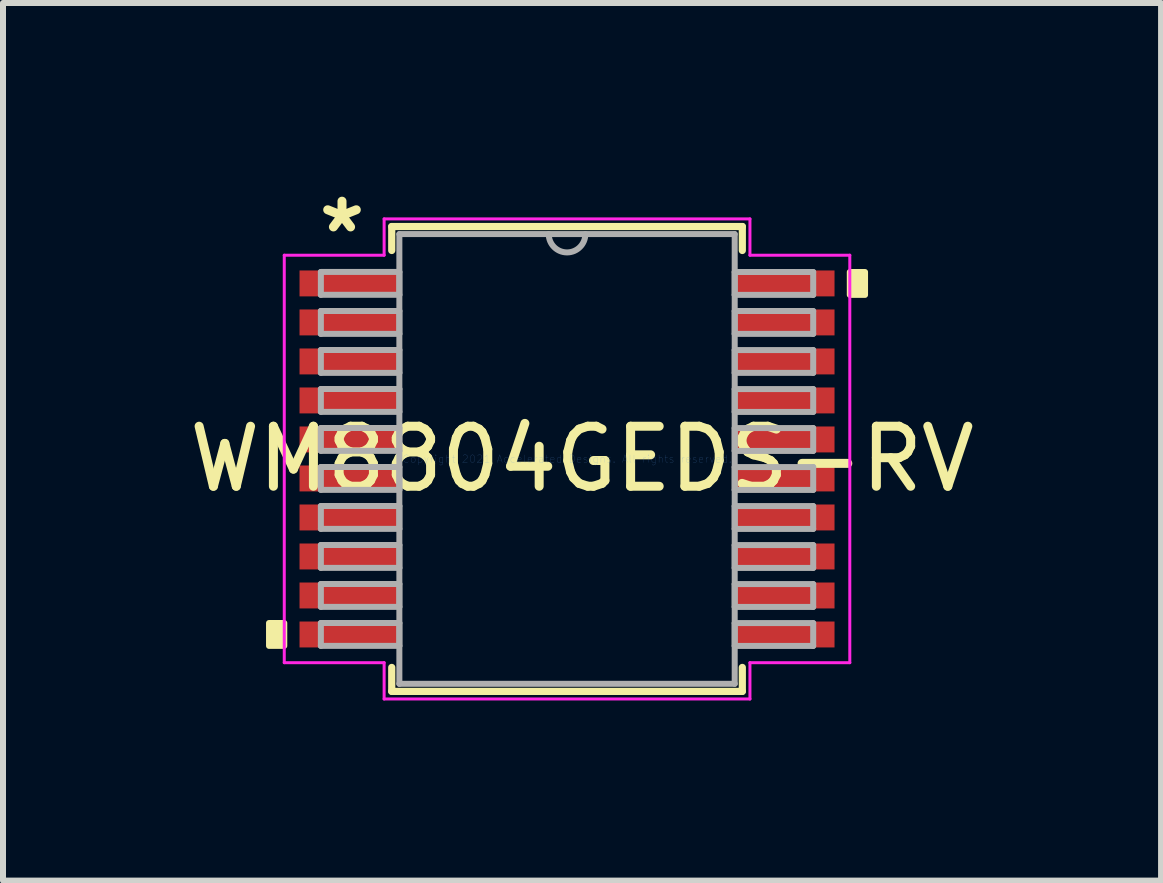
<source format=kicad_pcb>
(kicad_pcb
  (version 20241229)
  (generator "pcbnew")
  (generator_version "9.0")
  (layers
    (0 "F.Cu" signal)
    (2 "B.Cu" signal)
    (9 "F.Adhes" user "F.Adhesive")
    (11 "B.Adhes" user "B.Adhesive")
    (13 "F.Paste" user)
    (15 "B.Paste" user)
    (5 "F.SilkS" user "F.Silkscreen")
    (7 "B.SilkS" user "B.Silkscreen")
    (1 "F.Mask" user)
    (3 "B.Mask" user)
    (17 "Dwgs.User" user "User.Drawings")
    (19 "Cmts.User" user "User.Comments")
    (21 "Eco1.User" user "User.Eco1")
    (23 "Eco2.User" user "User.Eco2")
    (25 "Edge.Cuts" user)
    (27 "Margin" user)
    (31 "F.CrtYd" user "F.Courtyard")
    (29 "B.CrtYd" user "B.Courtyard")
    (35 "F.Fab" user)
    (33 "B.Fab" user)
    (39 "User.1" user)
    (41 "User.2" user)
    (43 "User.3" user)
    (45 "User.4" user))
  (footprint "WM8804GEDS-RV"
    (layer "F.Cu")
    (at 6.399 4.598)
    (property "Reference" "WM8804GEDS-RV" (at 0.25 0 0) (layer "F.SilkS") (effects (font (size 1 1) (thickness 0.15))))
    (attr smd)
    (fp_line (start -2.921 -3.873) (end -2.921 -3.474) (stroke (width 0.12) (type solid)) (layer "F.SilkS"))
    (fp_line (start -2.921 3.474) (end -2.921 3.873) (stroke (width 0.12) (type solid)) (layer "F.SilkS"))
    (fp_line (start -2.921 3.873) (end 2.921 3.873) (stroke (width 0.12) (type solid)) (layer "F.SilkS"))
    (fp_line (start 2.921 -3.873) (end -2.921 -3.873) (stroke (width 0.12) (type solid)) (layer "F.SilkS"))
    (fp_line (start 2.921 -3.474) (end 2.921 -3.873) (stroke (width 0.12) (type solid)) (layer "F.SilkS"))
    (fp_line (start 2.921 3.873) (end 2.921 3.474) (stroke (width 0.12) (type solid)) (layer "F.SilkS"))
    (fp_poly (pts (xy -4.966 2.734) (xy -4.966 3.115) (xy -4.712 3.115) (xy -4.712 2.734)) (stroke (width 0.1) (type solid)) (fill yes) (layer "F.SilkS"))
    (fp_poly (pts (xy 4.966 -3.115) (xy 4.966 -2.734) (xy 4.712 -2.734) (xy 4.712 -3.115)) (stroke (width 0.1) (type solid)) (fill yes) (layer "F.SilkS"))
    (fp_line (start -4.712 -3.395) (end -3.048 -3.395) (stroke (width 0.05) (type solid)) (layer "F.CrtYd"))
    (fp_line (start -4.712 3.395) (end -4.712 -3.395) (stroke (width 0.05) (type solid)) (layer "F.CrtYd"))
    (fp_line (start -4.712 3.395) (end -3.048 3.395) (stroke (width 0.05) (type solid)) (layer "F.CrtYd"))
    (fp_line (start -3.048 -4) (end 3.048 -4) (stroke (width 0.05) (type solid)) (layer "F.CrtYd"))
    (fp_line (start -3.048 -3.395) (end -3.048 -4) (stroke (width 0.05) (type solid)) (layer "F.CrtYd"))
    (fp_line (start -3.048 4) (end -3.048 3.395) (stroke (width 0.05) (type solid)) (layer "F.CrtYd"))
    (fp_line (start 3.048 -4) (end 3.048 -3.395) (stroke (width 0.05) (type solid)) (layer "F.CrtYd"))
    (fp_line (start 3.048 -3.395) (end 4.712 -3.395) (stroke (width 0.05) (type solid)) (layer "F.CrtYd"))
    (fp_line (start 3.048 3.395) (end 3.048 4) (stroke (width 0.05) (type solid)) (layer "F.CrtYd"))
    (fp_line (start 3.048 4) (end -3.048 4) (stroke (width 0.05) (type solid)) (layer "F.CrtYd"))
    (fp_line (start 4.712 -3.395) (end 4.712 3.395) (stroke (width 0.05) (type solid)) (layer "F.CrtYd"))
    (fp_line (start 4.712 3.395) (end 3.048 3.395) (stroke (width 0.05) (type solid)) (layer "F.CrtYd"))
    (fp_line (start -4.102 -3.116) (end -4.102 -2.735) (stroke (width 0.1) (type solid)) (layer "F.Fab"))
    (fp_line (start -4.102 -2.735) (end -2.794 -2.735) (stroke (width 0.1) (type solid)) (layer "F.Fab"))
    (fp_line (start -4.102 -2.466) (end -4.102 -2.084) (stroke (width 0.1) (type solid)) (layer "F.Fab"))
    (fp_line (start -4.102 -2.084) (end -2.794 -2.084) (stroke (width 0.1) (type solid)) (layer "F.Fab"))
    (fp_line (start -4.102 -1.816) (end -4.102 -1.435) (stroke (width 0.1) (type solid)) (layer "F.Fab"))
    (fp_line (start -4.102 -1.435) (end -2.794 -1.435) (stroke (width 0.1) (type solid)) (layer "F.Fab"))
    (fp_line (start -4.102 -1.166) (end -4.102 -0.785) (stroke (width 0.1) (type solid)) (layer "F.Fab"))
    (fp_line (start -4.102 -0.785) (end -2.794 -0.785) (stroke (width 0.1) (type solid)) (layer "F.Fab"))
    (fp_line (start -4.102 -0.516) (end -4.102 -0.135) (stroke (width 0.1) (type solid)) (layer "F.Fab"))
    (fp_line (start -4.102 -0.135) (end -2.794 -0.135) (stroke (width 0.1) (type solid)) (layer "F.Fab"))
    (fp_line (start -4.102 0.134) (end -4.102 0.515) (stroke (width 0.1) (type solid)) (layer "F.Fab"))
    (fp_line (start -4.102 0.515) (end -2.794 0.515) (stroke (width 0.1) (type solid)) (layer "F.Fab"))
    (fp_line (start -4.102 0.784) (end -4.102 1.165) (stroke (width 0.1) (type solid)) (layer "F.Fab"))
    (fp_line (start -4.102 1.165) (end -2.794 1.165) (stroke (width 0.1) (type solid)) (layer "F.Fab"))
    (fp_line (start -4.102 1.434) (end -4.102 1.815) (stroke (width 0.1) (type solid)) (layer "F.Fab"))
    (fp_line (start -4.102 1.815) (end -2.794 1.815) (stroke (width 0.1) (type solid)) (layer "F.Fab"))
    (fp_line (start -4.102 2.084) (end -4.102 2.465) (stroke (width 0.1) (type solid)) (layer "F.Fab"))
    (fp_line (start -4.102 2.465) (end -2.794 2.465) (stroke (width 0.1) (type solid)) (layer "F.Fab"))
    (fp_line (start -4.102 2.734) (end -4.102 3.115) (stroke (width 0.1) (type solid)) (layer "F.Fab"))
    (fp_line (start -4.102 3.115) (end -2.794 3.115) (stroke (width 0.1) (type solid)) (layer "F.Fab"))
    (fp_line (start -2.794 -3.747) (end -2.794 3.747) (stroke (width 0.1) (type solid)) (layer "F.Fab"))
    (fp_line (start -2.794 -3.116) (end -4.102 -3.116) (stroke (width 0.1) (type solid)) (layer "F.Fab"))
    (fp_line (start -2.794 -2.735) (end -2.794 -3.116) (stroke (width 0.1) (type solid)) (layer "F.Fab"))
    (fp_line (start -2.794 -2.466) (end -4.102 -2.466) (stroke (width 0.1) (type solid)) (layer "F.Fab"))
    (fp_line (start -2.794 -2.084) (end -2.794 -2.466) (stroke (width 0.1) (type solid)) (layer "F.Fab"))
    (fp_line (start -2.794 -1.816) (end -4.102 -1.816) (stroke (width 0.1) (type solid)) (layer "F.Fab"))
    (fp_line (start -2.794 -1.435) (end -2.794 -1.816) (stroke (width 0.1) (type solid)) (layer "F.Fab"))
    (fp_line (start -2.794 -1.166) (end -4.102 -1.166) (stroke (width 0.1) (type solid)) (layer "F.Fab"))
    (fp_line (start -2.794 -0.785) (end -2.794 -1.166) (stroke (width 0.1) (type solid)) (layer "F.Fab"))
    (fp_line (start -2.794 -0.516) (end -4.102 -0.516) (stroke (width 0.1) (type solid)) (layer "F.Fab"))
    (fp_line (start -2.794 -0.135) (end -2.794 -0.516) (stroke (width 0.1) (type solid)) (layer "F.Fab"))
    (fp_line (start -2.794 0.134) (end -4.102 0.134) (stroke (width 0.1) (type solid)) (layer "F.Fab"))
    (fp_line (start -2.794 0.515) (end -2.794 0.134) (stroke (width 0.1) (type solid)) (layer "F.Fab"))
    (fp_line (start -2.794 0.784) (end -4.102 0.784) (stroke (width 0.1) (type solid)) (layer "F.Fab"))
    (fp_line (start -2.794 1.165) (end -2.794 0.784) (stroke (width 0.1) (type solid)) (layer "F.Fab"))
    (fp_line (start -2.794 1.434) (end -4.102 1.434) (stroke (width 0.1) (type solid)) (layer "F.Fab"))
    (fp_line (start -2.794 1.815) (end -2.794 1.434) (stroke (width 0.1) (type solid)) (layer "F.Fab"))
    (fp_line (start -2.794 2.084) (end -4.102 2.084) (stroke (width 0.1) (type solid)) (layer "F.Fab"))
    (fp_line (start -2.794 2.465) (end -2.794 2.084) (stroke (width 0.1) (type solid)) (layer "F.Fab"))
    (fp_line (start -2.794 2.734) (end -4.102 2.734) (stroke (width 0.1) (type solid)) (layer "F.Fab"))
    (fp_line (start -2.794 3.115) (end -2.794 2.734) (stroke (width 0.1) (type solid)) (layer "F.Fab"))
    (fp_line (start -2.794 3.747) (end 2.794 3.747) (stroke (width 0.1) (type solid)) (layer "F.Fab"))
    (fp_line (start 2.794 -3.747) (end -2.794 -3.747) (stroke (width 0.1) (type solid)) (layer "F.Fab"))
    (fp_line (start 2.794 -3.115) (end 2.794 -2.734) (stroke (width 0.1) (type solid)) (layer "F.Fab"))
    (fp_line (start 2.794 -2.734) (end 4.102 -2.734) (stroke (width 0.1) (type solid)) (layer "F.Fab"))
    (fp_line (start 2.794 -2.465) (end 2.794 -2.084) (stroke (width 0.1) (type solid)) (layer "F.Fab"))
    (fp_line (start 2.794 -2.084) (end 4.102 -2.084) (stroke (width 0.1) (type solid)) (layer "F.Fab"))
    (fp_line (start 2.794 -1.815) (end 2.794 -1.434) (stroke (width 0.1) (type solid)) (layer "F.Fab"))
    (fp_line (start 2.794 -1.434) (end 4.102 -1.434) (stroke (width 0.1) (type solid)) (layer "F.Fab"))
    (fp_line (start 2.794 -1.165) (end 2.794 -0.784) (stroke (width 0.1) (type solid)) (layer "F.Fab"))
    (fp_line (start 2.794 -0.784) (end 4.102 -0.784) (stroke (width 0.1) (type solid)) (layer "F.Fab"))
    (fp_line (start 2.794 -0.515) (end 2.794 -0.134) (stroke (width 0.1) (type solid)) (layer "F.Fab"))
    (fp_line (start 2.794 -0.134) (end 4.102 -0.134) (stroke (width 0.1) (type solid)) (layer "F.Fab"))
    (fp_line (start 2.794 0.135) (end 2.794 0.516) (stroke (width 0.1) (type solid)) (layer "F.Fab"))
    (fp_line (start 2.794 0.516) (end 4.102 0.516) (stroke (width 0.1) (type solid)) (layer "F.Fab"))
    (fp_line (start 2.794 0.785) (end 2.794 1.166) (stroke (width 0.1) (type solid)) (layer "F.Fab"))
    (fp_line (start 2.794 1.166) (end 4.102 1.166) (stroke (width 0.1) (type solid)) (layer "F.Fab"))
    (fp_line (start 2.794 1.435) (end 2.794 1.816) (stroke (width 0.1) (type solid)) (layer "F.Fab"))
    (fp_line (start 2.794 1.816) (end 4.102 1.816) (stroke (width 0.1) (type solid)) (layer "F.Fab"))
    (fp_line (start 2.794 2.085) (end 2.794 2.466) (stroke (width 0.1) (type solid)) (layer "F.Fab"))
    (fp_line (start 2.794 2.466) (end 4.102 2.466) (stroke (width 0.1) (type solid)) (layer "F.Fab"))
    (fp_line (start 2.794 2.735) (end 2.794 3.116) (stroke (width 0.1) (type solid)) (layer "F.Fab"))
    (fp_line (start 2.794 3.116) (end 4.102 3.116) (stroke (width 0.1) (type solid)) (layer "F.Fab"))
    (fp_line (start 2.794 3.747) (end 2.794 -3.747) (stroke (width 0.1) (type solid)) (layer "F.Fab"))
    (fp_line (start 4.102 -3.115) (end 2.794 -3.115) (stroke (width 0.1) (type solid)) (layer "F.Fab"))
    (fp_line (start 4.102 -2.734) (end 4.102 -3.115) (stroke (width 0.1) (type solid)) (layer "F.Fab"))
    (fp_line (start 4.102 -2.465) (end 2.794 -2.465) (stroke (width 0.1) (type solid)) (layer "F.Fab"))
    (fp_line (start 4.102 -2.084) (end 4.102 -2.465) (stroke (width 0.1) (type solid)) (layer "F.Fab"))
    (fp_line (start 4.102 -1.815) (end 2.794 -1.815) (stroke (width 0.1) (type solid)) (layer "F.Fab"))
    (fp_line (start 4.102 -1.434) (end 4.102 -1.815) (stroke (width 0.1) (type solid)) (layer "F.Fab"))
    (fp_line (start 4.102 -1.165) (end 2.794 -1.165) (stroke (width 0.1) (type solid)) (layer "F.Fab"))
    (fp_line (start 4.102 -0.784) (end 4.102 -1.165) (stroke (width 0.1) (type solid)) (layer "F.Fab"))
    (fp_line (start 4.102 -0.515) (end 2.794 -0.515) (stroke (width 0.1) (type solid)) (layer "F.Fab"))
    (fp_line (start 4.102 -0.134) (end 4.102 -0.515) (stroke (width 0.1) (type solid)) (layer "F.Fab"))
    (fp_line (start 4.102 0.135) (end 2.794 0.135) (stroke (width 0.1) (type solid)) (layer "F.Fab"))
    (fp_line (start 4.102 0.516) (end 4.102 0.135) (stroke (width 0.1) (type solid)) (layer "F.Fab"))
    (fp_line (start 4.102 0.785) (end 2.794 0.785) (stroke (width 0.1) (type solid)) (layer "F.Fab"))
    (fp_line (start 4.102 1.166) (end 4.102 0.785) (stroke (width 0.1) (type solid)) (layer "F.Fab"))
    (fp_line (start 4.102 1.435) (end 2.794 1.435) (stroke (width 0.1) (type solid)) (layer "F.Fab"))
    (fp_line (start 4.102 1.816) (end 4.102 1.435) (stroke (width 0.1) (type solid)) (layer "F.Fab"))
    (fp_line (start 4.102 2.085) (end 2.794 2.085) (stroke (width 0.1) (type solid)) (layer "F.Fab"))
    (fp_line (start 4.102 2.466) (end 4.102 2.085) (stroke (width 0.1) (type solid)) (layer "F.Fab"))
    (fp_line (start 4.102 2.735) (end 2.794 2.735) (stroke (width 0.1) (type solid)) (layer "F.Fab"))
    (fp_line (start 4.102 3.116) (end 4.102 2.735) (stroke (width 0.1) (type solid)) (layer "F.Fab"))
    (fp_arc (start 0.3048 -3.7465) (mid 0 -3.4417) (end -0.3048 -3.7465) (stroke (width 0.1) (type solid)) (layer "F.Fab"))
    (fp_text user "*" (at -3.75 -3.75 0) (layer "F.SilkS") (effects (font (size 1 1) (thickness 0.15))))
    (fp_text user "Copyright 2021 Accelerated Designs. All rights reserved." (at 0 0 0) (layer "Cmts.User") (effects (font (size 0.127 0.127) (thickness 0.002))))
    (pad "1" smd rect (at -3.632 -2.925) (size 1.651 0.432) (layers "F.Cu" "F.Mask" "F.Paste"))
    (pad "2" smd rect (at -3.632 -2.275) (size 1.651 0.432) (layers "F.Cu" "F.Mask" "F.Paste"))
    (pad "3" smd rect (at -3.632 -1.625) (size 1.651 0.432) (layers "F.Cu" "F.Mask" "F.Paste"))
    (pad "4" smd rect (at -3.632 -0.975) (size 1.651 0.432) (layers "F.Cu" "F.Mask" "F.Paste"))
    (pad "5" smd rect (at -3.632 -0.325) (size 1.651 0.432) (layers "F.Cu" "F.Mask" "F.Paste"))
    (pad "6" smd rect (at -3.632 0.325) (size 1.651 0.432) (layers "F.Cu" "F.Mask" "F.Paste"))
    (pad "7" smd rect (at -3.632 0.975) (size 1.651 0.432) (layers "F.Cu" "F.Mask" "F.Paste"))
    (pad "8" smd rect (at -3.632 1.625) (size 1.651 0.432) (layers "F.Cu" "F.Mask" "F.Paste"))
    (pad "9" smd rect (at -3.632 2.275) (size 1.651 0.432) (layers "F.Cu" "F.Mask" "F.Paste"))
    (pad "10" smd rect (at -3.632 2.925) (size 1.651 0.432) (layers "F.Cu" "F.Mask" "F.Paste"))
    (pad "11" smd rect (at 3.632 2.925) (size 1.651 0.432) (layers "F.Cu" "F.Mask" "F.Paste"))
    (pad "12" smd rect (at 3.632 2.275) (size 1.651 0.432) (layers "F.Cu" "F.Mask" "F.Paste"))
    (pad "13" smd rect (at 3.632 1.625) (size 1.651 0.432) (layers "F.Cu" "F.Mask" "F.Paste"))
    (pad "14" smd rect (at 3.632 0.975) (size 1.651 0.432) (layers "F.Cu" "F.Mask" "F.Paste"))
    (pad "15" smd rect (at 3.632 0.325) (size 1.651 0.432) (layers "F.Cu" "F.Mask" "F.Paste"))
    (pad "16" smd rect (at 3.632 -0.325) (size 1.651 0.432) (layers "F.Cu" "F.Mask" "F.Paste"))
    (pad "17" smd rect (at 3.632 -0.975) (size 1.651 0.432) (layers "F.Cu" "F.Mask" "F.Paste"))
    (pad "18" smd rect (at 3.632 -1.625) (size 1.651 0.432) (layers "F.Cu" "F.Mask" "F.Paste"))
    (pad "19" smd rect (at 3.632 -2.275) (size 1.651 0.432) (layers "F.Cu" "F.Mask" "F.Paste"))
    (pad "20" smd rect (at 3.632 -2.925) (size 1.651 0.432) (layers "F.Cu" "F.Mask" "F.Paste")))
  (gr_rect
    (start -3 -3)
    (end 16.298 11.624)
    (stroke (width 0.1) (type default))
    (fill no)
    (layer "Edge.Cuts")))
</source>
